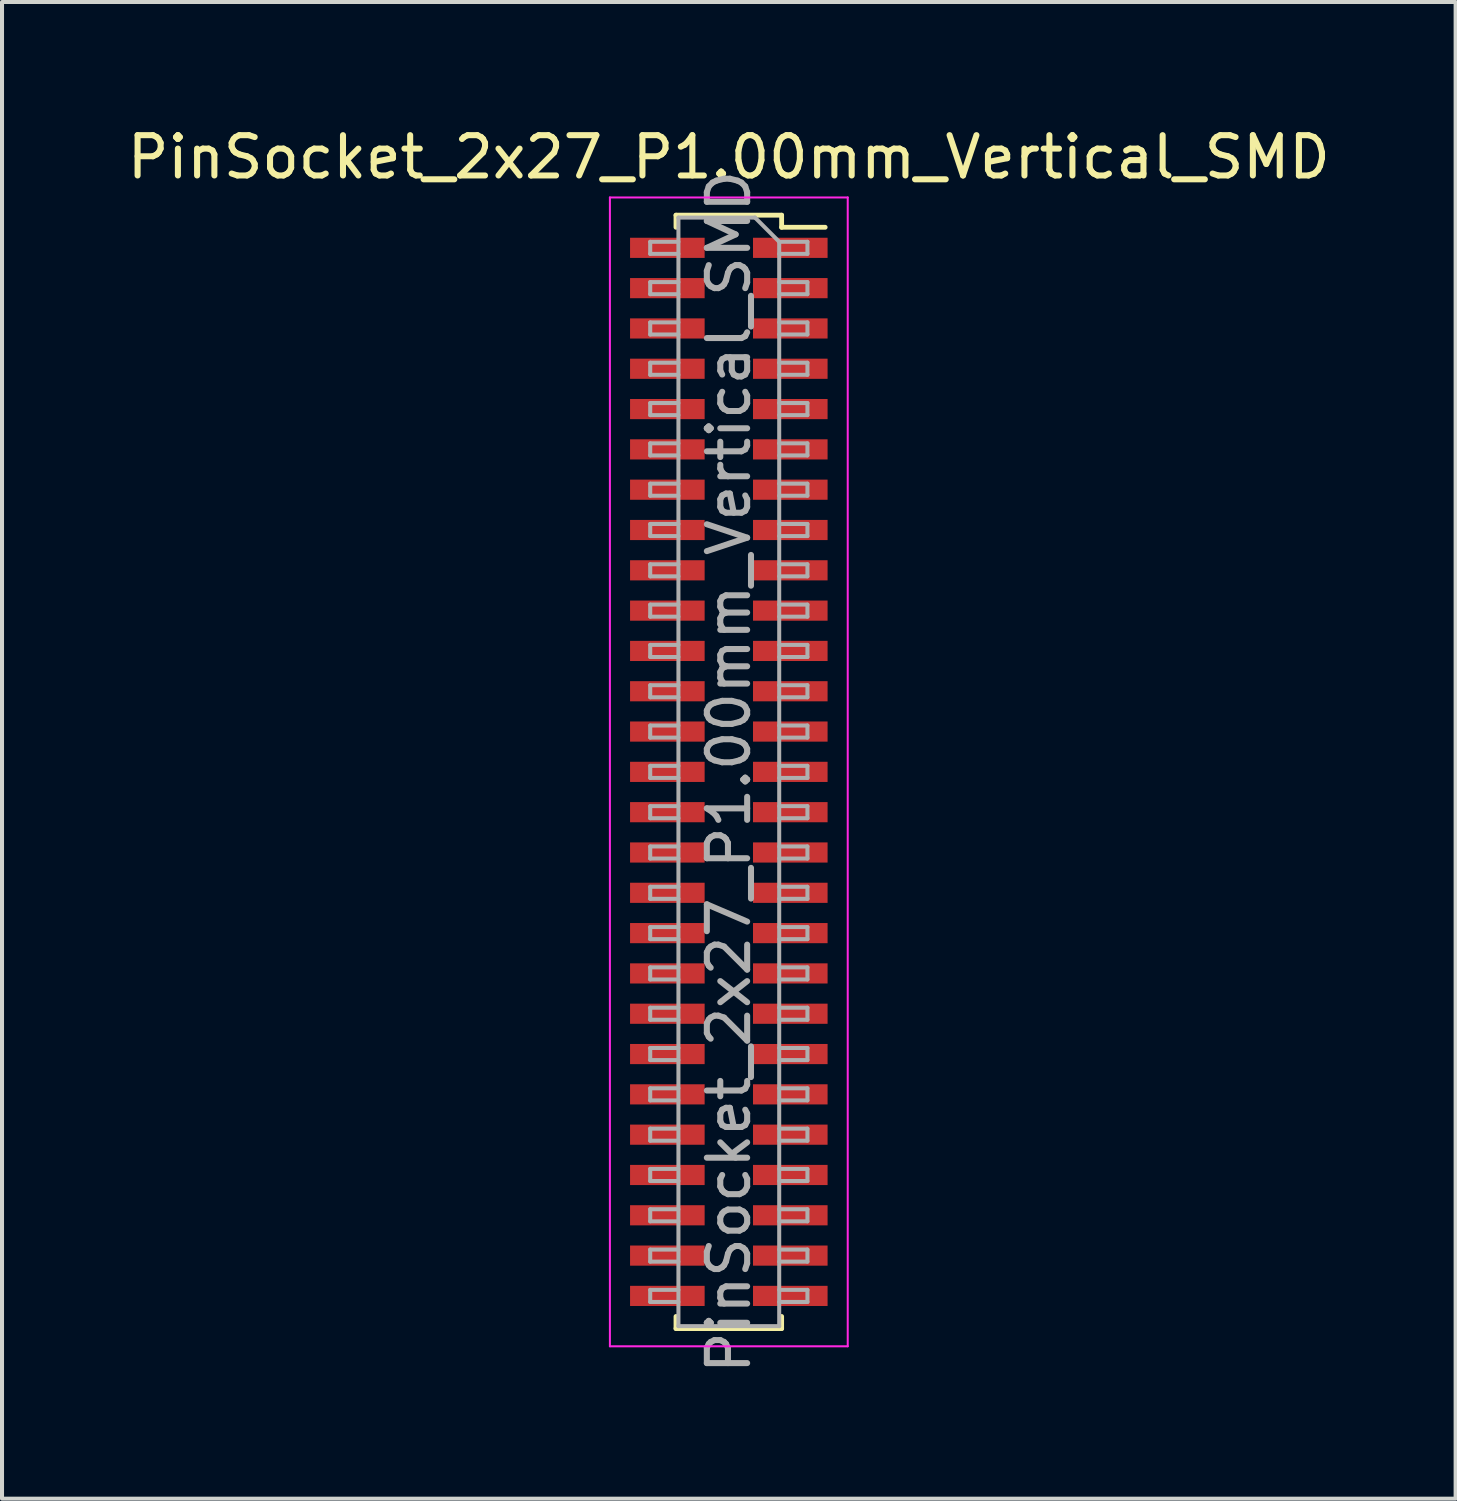
<source format=kicad_pcb>
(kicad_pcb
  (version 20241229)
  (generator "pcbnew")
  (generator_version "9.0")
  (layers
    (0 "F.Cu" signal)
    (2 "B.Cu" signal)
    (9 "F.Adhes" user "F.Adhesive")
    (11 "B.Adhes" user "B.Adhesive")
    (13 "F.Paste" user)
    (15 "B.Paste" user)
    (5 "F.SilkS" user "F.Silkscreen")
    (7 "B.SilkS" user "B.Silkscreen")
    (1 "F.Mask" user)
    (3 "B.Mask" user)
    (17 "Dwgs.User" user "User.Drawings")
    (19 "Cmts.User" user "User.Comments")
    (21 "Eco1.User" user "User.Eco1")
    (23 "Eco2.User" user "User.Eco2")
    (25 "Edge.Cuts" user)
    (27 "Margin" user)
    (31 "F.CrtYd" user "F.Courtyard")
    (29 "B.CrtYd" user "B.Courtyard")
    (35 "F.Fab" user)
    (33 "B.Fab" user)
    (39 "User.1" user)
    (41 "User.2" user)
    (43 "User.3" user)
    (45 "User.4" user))
  (footprint "PinSocket_2x27_P1.00mm_Vertical_SMD"
    (layer "F.Cu")
    (at 15.03 16.098)
    (property "Reference" "PinSocket_2x27_P1.00mm_Vertical_SMD" (at 0 -15.25 0) (layer "F.SilkS") (effects (font (size 1 1) (thickness 0.15))))
    (attr smd)
    (fp_line (start -1.31 -13.81) (end -1.31 -13.51) (stroke (width 0.12) (type solid)) (layer "F.SilkS"))
    (fp_line (start -1.31 -13.81) (end 1.31 -13.81) (stroke (width 0.12) (type solid)) (layer "F.SilkS"))
    (fp_line (start -1.31 13.51) (end -1.31 13.81) (stroke (width 0.12) (type solid)) (layer "F.SilkS"))
    (fp_line (start -1.31 13.81) (end 1.31 13.81) (stroke (width 0.12) (type solid)) (layer "F.SilkS"))
    (fp_line (start 1.31 -13.81) (end 1.31 -13.51) (stroke (width 0.12) (type solid)) (layer "F.SilkS"))
    (fp_line (start 1.31 -13.51) (end 2.39 -13.51) (stroke (width 0.12) (type solid)) (layer "F.SilkS"))
    (fp_line (start 1.31 13.51) (end 1.31 13.81) (stroke (width 0.12) (type solid)) (layer "F.SilkS"))
    (fp_line (start -2.95 -14.25) (end 2.95 -14.25) (stroke (width 0.05) (type solid)) (layer "F.CrtYd"))
    (fp_line (start -2.95 14.25) (end -2.95 -14.25) (stroke (width 0.05) (type solid)) (layer "F.CrtYd"))
    (fp_line (start 2.95 -14.25) (end 2.95 14.25) (stroke (width 0.05) (type solid)) (layer "F.CrtYd"))
    (fp_line (start 2.95 14.25) (end -2.95 14.25) (stroke (width 0.05) (type solid)) (layer "F.CrtYd"))
    (fp_line (start -1.95 -13.15) (end -1.25 -13.15) (stroke (width 0.1) (type solid)) (layer "F.Fab"))
    (fp_line (start -1.95 -12.85) (end -1.95 -13.15) (stroke (width 0.1) (type solid)) (layer "F.Fab"))
    (fp_line (start -1.95 -12.15) (end -1.25 -12.15) (stroke (width 0.1) (type solid)) (layer "F.Fab"))
    (fp_line (start -1.95 -11.85) (end -1.95 -12.15) (stroke (width 0.1) (type solid)) (layer "F.Fab"))
    (fp_line (start -1.95 -11.15) (end -1.25 -11.15) (stroke (width 0.1) (type solid)) (layer "F.Fab"))
    (fp_line (start -1.95 -10.85) (end -1.95 -11.15) (stroke (width 0.1) (type solid)) (layer "F.Fab"))
    (fp_line (start -1.95 -10.15) (end -1.25 -10.15) (stroke (width 0.1) (type solid)) (layer "F.Fab"))
    (fp_line (start -1.95 -9.85) (end -1.95 -10.15) (stroke (width 0.1) (type solid)) (layer "F.Fab"))
    (fp_line (start -1.95 -9.15) (end -1.25 -9.15) (stroke (width 0.1) (type solid)) (layer "F.Fab"))
    (fp_line (start -1.95 -8.85) (end -1.95 -9.15) (stroke (width 0.1) (type solid)) (layer "F.Fab"))
    (fp_line (start -1.95 -8.15) (end -1.25 -8.15) (stroke (width 0.1) (type solid)) (layer "F.Fab"))
    (fp_line (start -1.95 -7.85) (end -1.95 -8.15) (stroke (width 0.1) (type solid)) (layer "F.Fab"))
    (fp_line (start -1.95 -7.15) (end -1.25 -7.15) (stroke (width 0.1) (type solid)) (layer "F.Fab"))
    (fp_line (start -1.95 -6.85) (end -1.95 -7.15) (stroke (width 0.1) (type solid)) (layer "F.Fab"))
    (fp_line (start -1.95 -6.15) (end -1.25 -6.15) (stroke (width 0.1) (type solid)) (layer "F.Fab"))
    (fp_line (start -1.95 -5.85) (end -1.95 -6.15) (stroke (width 0.1) (type solid)) (layer "F.Fab"))
    (fp_line (start -1.95 -5.15) (end -1.25 -5.15) (stroke (width 0.1) (type solid)) (layer "F.Fab"))
    (fp_line (start -1.95 -4.85) (end -1.95 -5.15) (stroke (width 0.1) (type solid)) (layer "F.Fab"))
    (fp_line (start -1.95 -4.15) (end -1.25 -4.15) (stroke (width 0.1) (type solid)) (layer "F.Fab"))
    (fp_line (start -1.95 -3.85) (end -1.95 -4.15) (stroke (width 0.1) (type solid)) (layer "F.Fab"))
    (fp_line (start -1.95 -3.15) (end -1.25 -3.15) (stroke (width 0.1) (type solid)) (layer "F.Fab"))
    (fp_line (start -1.95 -2.85) (end -1.95 -3.15) (stroke (width 0.1) (type solid)) (layer "F.Fab"))
    (fp_line (start -1.95 -2.15) (end -1.25 -2.15) (stroke (width 0.1) (type solid)) (layer "F.Fab"))
    (fp_line (start -1.95 -1.85) (end -1.95 -2.15) (stroke (width 0.1) (type solid)) (layer "F.Fab"))
    (fp_line (start -1.95 -1.15) (end -1.25 -1.15) (stroke (width 0.1) (type solid)) (layer "F.Fab"))
    (fp_line (start -1.95 -0.85) (end -1.95 -1.15) (stroke (width 0.1) (type solid)) (layer "F.Fab"))
    (fp_line (start -1.95 -0.15) (end -1.25 -0.15) (stroke (width 0.1) (type solid)) (layer "F.Fab"))
    (fp_line (start -1.95 0.15) (end -1.95 -0.15) (stroke (width 0.1) (type solid)) (layer "F.Fab"))
    (fp_line (start -1.95 0.85) (end -1.25 0.85) (stroke (width 0.1) (type solid)) (layer "F.Fab"))
    (fp_line (start -1.95 1.15) (end -1.95 0.85) (stroke (width 0.1) (type solid)) (layer "F.Fab"))
    (fp_line (start -1.95 1.85) (end -1.25 1.85) (stroke (width 0.1) (type solid)) (layer "F.Fab"))
    (fp_line (start -1.95 2.15) (end -1.95 1.85) (stroke (width 0.1) (type solid)) (layer "F.Fab"))
    (fp_line (start -1.95 2.85) (end -1.25 2.85) (stroke (width 0.1) (type solid)) (layer "F.Fab"))
    (fp_line (start -1.95 3.15) (end -1.95 2.85) (stroke (width 0.1) (type solid)) (layer "F.Fab"))
    (fp_line (start -1.95 3.85) (end -1.25 3.85) (stroke (width 0.1) (type solid)) (layer "F.Fab"))
    (fp_line (start -1.95 4.15) (end -1.95 3.85) (stroke (width 0.1) (type solid)) (layer "F.Fab"))
    (fp_line (start -1.95 4.85) (end -1.25 4.85) (stroke (width 0.1) (type solid)) (layer "F.Fab"))
    (fp_line (start -1.95 5.15) (end -1.95 4.85) (stroke (width 0.1) (type solid)) (layer "F.Fab"))
    (fp_line (start -1.95 5.85) (end -1.25 5.85) (stroke (width 0.1) (type solid)) (layer "F.Fab"))
    (fp_line (start -1.95 6.15) (end -1.95 5.85) (stroke (width 0.1) (type solid)) (layer "F.Fab"))
    (fp_line (start -1.95 6.85) (end -1.25 6.85) (stroke (width 0.1) (type solid)) (layer "F.Fab"))
    (fp_line (start -1.95 7.15) (end -1.95 6.85) (stroke (width 0.1) (type solid)) (layer "F.Fab"))
    (fp_line (start -1.95 7.85) (end -1.25 7.85) (stroke (width 0.1) (type solid)) (layer "F.Fab"))
    (fp_line (start -1.95 8.15) (end -1.95 7.85) (stroke (width 0.1) (type solid)) (layer "F.Fab"))
    (fp_line (start -1.95 8.85) (end -1.25 8.85) (stroke (width 0.1) (type solid)) (layer "F.Fab"))
    (fp_line (start -1.95 9.15) (end -1.95 8.85) (stroke (width 0.1) (type solid)) (layer "F.Fab"))
    (fp_line (start -1.95 9.85) (end -1.25 9.85) (stroke (width 0.1) (type solid)) (layer "F.Fab"))
    (fp_line (start -1.95 10.15) (end -1.95 9.85) (stroke (width 0.1) (type solid)) (layer "F.Fab"))
    (fp_line (start -1.95 10.85) (end -1.25 10.85) (stroke (width 0.1) (type solid)) (layer "F.Fab"))
    (fp_line (start -1.95 11.15) (end -1.95 10.85) (stroke (width 0.1) (type solid)) (layer "F.Fab"))
    (fp_line (start -1.95 11.85) (end -1.25 11.85) (stroke (width 0.1) (type solid)) (layer "F.Fab"))
    (fp_line (start -1.95 12.15) (end -1.95 11.85) (stroke (width 0.1) (type solid)) (layer "F.Fab"))
    (fp_line (start -1.95 12.85) (end -1.25 12.85) (stroke (width 0.1) (type solid)) (layer "F.Fab"))
    (fp_line (start -1.95 13.15) (end -1.95 12.85) (stroke (width 0.1) (type solid)) (layer "F.Fab"))
    (fp_line (start -1.25 -13.75) (end 0.65 -13.75) (stroke (width 0.1) (type solid)) (layer "F.Fab"))
    (fp_line (start -1.25 -12.85) (end -1.95 -12.85) (stroke (width 0.1) (type solid)) (layer "F.Fab"))
    (fp_line (start -1.25 -11.85) (end -1.95 -11.85) (stroke (width 0.1) (type solid)) (layer "F.Fab"))
    (fp_line (start -1.25 -10.85) (end -1.95 -10.85) (stroke (width 0.1) (type solid)) (layer "F.Fab"))
    (fp_line (start -1.25 -9.85) (end -1.95 -9.85) (stroke (width 0.1) (type solid)) (layer "F.Fab"))
    (fp_line (start -1.25 -8.85) (end -1.95 -8.85) (stroke (width 0.1) (type solid)) (layer "F.Fab"))
    (fp_line (start -1.25 -7.85) (end -1.95 -7.85) (stroke (width 0.1) (type solid)) (layer "F.Fab"))
    (fp_line (start -1.25 -6.85) (end -1.95 -6.85) (stroke (width 0.1) (type solid)) (layer "F.Fab"))
    (fp_line (start -1.25 -5.85) (end -1.95 -5.85) (stroke (width 0.1) (type solid)) (layer "F.Fab"))
    (fp_line (start -1.25 -4.85) (end -1.95 -4.85) (stroke (width 0.1) (type solid)) (layer "F.Fab"))
    (fp_line (start -1.25 -3.85) (end -1.95 -3.85) (stroke (width 0.1) (type solid)) (layer "F.Fab"))
    (fp_line (start -1.25 -2.85) (end -1.95 -2.85) (stroke (width 0.1) (type solid)) (layer "F.Fab"))
    (fp_line (start -1.25 -1.85) (end -1.95 -1.85) (stroke (width 0.1) (type solid)) (layer "F.Fab"))
    (fp_line (start -1.25 -0.85) (end -1.95 -0.85) (stroke (width 0.1) (type solid)) (layer "F.Fab"))
    (fp_line (start -1.25 0.15) (end -1.95 0.15) (stroke (width 0.1) (type solid)) (layer "F.Fab"))
    (fp_line (start -1.25 1.15) (end -1.95 1.15) (stroke (width 0.1) (type solid)) (layer "F.Fab"))
    (fp_line (start -1.25 2.15) (end -1.95 2.15) (stroke (width 0.1) (type solid)) (layer "F.Fab"))
    (fp_line (start -1.25 3.15) (end -1.95 3.15) (stroke (width 0.1) (type solid)) (layer "F.Fab"))
    (fp_line (start -1.25 4.15) (end -1.95 4.15) (stroke (width 0.1) (type solid)) (layer "F.Fab"))
    (fp_line (start -1.25 5.15) (end -1.95 5.15) (stroke (width 0.1) (type solid)) (layer "F.Fab"))
    (fp_line (start -1.25 6.15) (end -1.95 6.15) (stroke (width 0.1) (type solid)) (layer "F.Fab"))
    (fp_line (start -1.25 7.15) (end -1.95 7.15) (stroke (width 0.1) (type solid)) (layer "F.Fab"))
    (fp_line (start -1.25 8.15) (end -1.95 8.15) (stroke (width 0.1) (type solid)) (layer "F.Fab"))
    (fp_line (start -1.25 9.15) (end -1.95 9.15) (stroke (width 0.1) (type solid)) (layer "F.Fab"))
    (fp_line (start -1.25 10.15) (end -1.95 10.15) (stroke (width 0.1) (type solid)) (layer "F.Fab"))
    (fp_line (start -1.25 11.15) (end -1.95 11.15) (stroke (width 0.1) (type solid)) (layer "F.Fab"))
    (fp_line (start -1.25 12.15) (end -1.95 12.15) (stroke (width 0.1) (type solid)) (layer "F.Fab"))
    (fp_line (start -1.25 13.15) (end -1.95 13.15) (stroke (width 0.1) (type solid)) (layer "F.Fab"))
    (fp_line (start -1.25 13.75) (end -1.25 -13.75) (stroke (width 0.1) (type solid)) (layer "F.Fab"))
    (fp_line (start 0.65 -13.75) (end 1.25 -13.15) (stroke (width 0.1) (type solid)) (layer "F.Fab"))
    (fp_line (start 1.25 -13.15) (end 1.25 13.75) (stroke (width 0.1) (type solid)) (layer "F.Fab"))
    (fp_line (start 1.25 -13.15) (end 1.95 -13.15) (stroke (width 0.1) (type solid)) (layer "F.Fab"))
    (fp_line (start 1.25 -12.15) (end 1.95 -12.15) (stroke (width 0.1) (type solid)) (layer "F.Fab"))
    (fp_line (start 1.25 -11.15) (end 1.95 -11.15) (stroke (width 0.1) (type solid)) (layer "F.Fab"))
    (fp_line (start 1.25 -10.15) (end 1.95 -10.15) (stroke (width 0.1) (type solid)) (layer "F.Fab"))
    (fp_line (start 1.25 -9.15) (end 1.95 -9.15) (stroke (width 0.1) (type solid)) (layer "F.Fab"))
    (fp_line (start 1.25 -8.15) (end 1.95 -8.15) (stroke (width 0.1) (type solid)) (layer "F.Fab"))
    (fp_line (start 1.25 -7.15) (end 1.95 -7.15) (stroke (width 0.1) (type solid)) (layer "F.Fab"))
    (fp_line (start 1.25 -6.15) (end 1.95 -6.15) (stroke (width 0.1) (type solid)) (layer "F.Fab"))
    (fp_line (start 1.25 -5.15) (end 1.95 -5.15) (stroke (width 0.1) (type solid)) (layer "F.Fab"))
    (fp_line (start 1.25 -4.15) (end 1.95 -4.15) (stroke (width 0.1) (type solid)) (layer "F.Fab"))
    (fp_line (start 1.25 -3.15) (end 1.95 -3.15) (stroke (width 0.1) (type solid)) (layer "F.Fab"))
    (fp_line (start 1.25 -2.15) (end 1.95 -2.15) (stroke (width 0.1) (type solid)) (layer "F.Fab"))
    (fp_line (start 1.25 -1.15) (end 1.95 -1.15) (stroke (width 0.1) (type solid)) (layer "F.Fab"))
    (fp_line (start 1.25 -0.15) (end 1.95 -0.15) (stroke (width 0.1) (type solid)) (layer "F.Fab"))
    (fp_line (start 1.25 0.85) (end 1.95 0.85) (stroke (width 0.1) (type solid)) (layer "F.Fab"))
    (fp_line (start 1.25 1.85) (end 1.95 1.85) (stroke (width 0.1) (type solid)) (layer "F.Fab"))
    (fp_line (start 1.25 2.85) (end 1.95 2.85) (stroke (width 0.1) (type solid)) (layer "F.Fab"))
    (fp_line (start 1.25 3.85) (end 1.95 3.85) (stroke (width 0.1) (type solid)) (layer "F.Fab"))
    (fp_line (start 1.25 4.85) (end 1.95 4.85) (stroke (width 0.1) (type solid)) (layer "F.Fab"))
    (fp_line (start 1.25 5.85) (end 1.95 5.85) (stroke (width 0.1) (type solid)) (layer "F.Fab"))
    (fp_line (start 1.25 6.85) (end 1.95 6.85) (stroke (width 0.1) (type solid)) (layer "F.Fab"))
    (fp_line (start 1.25 7.85) (end 1.95 7.85) (stroke (width 0.1) (type solid)) (layer "F.Fab"))
    (fp_line (start 1.25 8.85) (end 1.95 8.85) (stroke (width 0.1) (type solid)) (layer "F.Fab"))
    (fp_line (start 1.25 9.85) (end 1.95 9.85) (stroke (width 0.1) (type solid)) (layer "F.Fab"))
    (fp_line (start 1.25 10.85) (end 1.95 10.85) (stroke (width 0.1) (type solid)) (layer "F.Fab"))
    (fp_line (start 1.25 11.85) (end 1.95 11.85) (stroke (width 0.1) (type solid)) (layer "F.Fab"))
    (fp_line (start 1.25 12.85) (end 1.95 12.85) (stroke (width 0.1) (type solid)) (layer "F.Fab"))
    (fp_line (start 1.25 13.75) (end -1.25 13.75) (stroke (width 0.1) (type solid)) (layer "F.Fab"))
    (fp_line (start 1.95 -13.15) (end 1.95 -12.85) (stroke (width 0.1) (type solid)) (layer "F.Fab"))
    (fp_line (start 1.95 -12.85) (end 1.25 -12.85) (stroke (width 0.1) (type solid)) (layer "F.Fab"))
    (fp_line (start 1.95 -12.15) (end 1.95 -11.85) (stroke (width 0.1) (type solid)) (layer "F.Fab"))
    (fp_line (start 1.95 -11.85) (end 1.25 -11.85) (stroke (width 0.1) (type solid)) (layer "F.Fab"))
    (fp_line (start 1.95 -11.15) (end 1.95 -10.85) (stroke (width 0.1) (type solid)) (layer "F.Fab"))
    (fp_line (start 1.95 -10.85) (end 1.25 -10.85) (stroke (width 0.1) (type solid)) (layer "F.Fab"))
    (fp_line (start 1.95 -10.15) (end 1.95 -9.85) (stroke (width 0.1) (type solid)) (layer "F.Fab"))
    (fp_line (start 1.95 -9.85) (end 1.25 -9.85) (stroke (width 0.1) (type solid)) (layer "F.Fab"))
    (fp_line (start 1.95 -9.15) (end 1.95 -8.85) (stroke (width 0.1) (type solid)) (layer "F.Fab"))
    (fp_line (start 1.95 -8.85) (end 1.25 -8.85) (stroke (width 0.1) (type solid)) (layer "F.Fab"))
    (fp_line (start 1.95 -8.15) (end 1.95 -7.85) (stroke (width 0.1) (type solid)) (layer "F.Fab"))
    (fp_line (start 1.95 -7.85) (end 1.25 -7.85) (stroke (width 0.1) (type solid)) (layer "F.Fab"))
    (fp_line (start 1.95 -7.15) (end 1.95 -6.85) (stroke (width 0.1) (type solid)) (layer "F.Fab"))
    (fp_line (start 1.95 -6.85) (end 1.25 -6.85) (stroke (width 0.1) (type solid)) (layer "F.Fab"))
    (fp_line (start 1.95 -6.15) (end 1.95 -5.85) (stroke (width 0.1) (type solid)) (layer "F.Fab"))
    (fp_line (start 1.95 -5.85) (end 1.25 -5.85) (stroke (width 0.1) (type solid)) (layer "F.Fab"))
    (fp_line (start 1.95 -5.15) (end 1.95 -4.85) (stroke (width 0.1) (type solid)) (layer "F.Fab"))
    (fp_line (start 1.95 -4.85) (end 1.25 -4.85) (stroke (width 0.1) (type solid)) (layer "F.Fab"))
    (fp_line (start 1.95 -4.15) (end 1.95 -3.85) (stroke (width 0.1) (type solid)) (layer "F.Fab"))
    (fp_line (start 1.95 -3.85) (end 1.25 -3.85) (stroke (width 0.1) (type solid)) (layer "F.Fab"))
    (fp_line (start 1.95 -3.15) (end 1.95 -2.85) (stroke (width 0.1) (type solid)) (layer "F.Fab"))
    (fp_line (start 1.95 -2.85) (end 1.25 -2.85) (stroke (width 0.1) (type solid)) (layer "F.Fab"))
    (fp_line (start 1.95 -2.15) (end 1.95 -1.85) (stroke (width 0.1) (type solid)) (layer "F.Fab"))
    (fp_line (start 1.95 -1.85) (end 1.25 -1.85) (stroke (width 0.1) (type solid)) (layer "F.Fab"))
    (fp_line (start 1.95 -1.15) (end 1.95 -0.85) (stroke (width 0.1) (type solid)) (layer "F.Fab"))
    (fp_line (start 1.95 -0.85) (end 1.25 -0.85) (stroke (width 0.1) (type solid)) (layer "F.Fab"))
    (fp_line (start 1.95 -0.15) (end 1.95 0.15) (stroke (width 0.1) (type solid)) (layer "F.Fab"))
    (fp_line (start 1.95 0.15) (end 1.25 0.15) (stroke (width 0.1) (type solid)) (layer "F.Fab"))
    (fp_line (start 1.95 0.85) (end 1.95 1.15) (stroke (width 0.1) (type solid)) (layer "F.Fab"))
    (fp_line (start 1.95 1.15) (end 1.25 1.15) (stroke (width 0.1) (type solid)) (layer "F.Fab"))
    (fp_line (start 1.95 1.85) (end 1.95 2.15) (stroke (width 0.1) (type solid)) (layer "F.Fab"))
    (fp_line (start 1.95 2.15) (end 1.25 2.15) (stroke (width 0.1) (type solid)) (layer "F.Fab"))
    (fp_line (start 1.95 2.85) (end 1.95 3.15) (stroke (width 0.1) (type solid)) (layer "F.Fab"))
    (fp_line (start 1.95 3.15) (end 1.25 3.15) (stroke (width 0.1) (type solid)) (layer "F.Fab"))
    (fp_line (start 1.95 3.85) (end 1.95 4.15) (stroke (width 0.1) (type solid)) (layer "F.Fab"))
    (fp_line (start 1.95 4.15) (end 1.25 4.15) (stroke (width 0.1) (type solid)) (layer "F.Fab"))
    (fp_line (start 1.95 4.85) (end 1.95 5.15) (stroke (width 0.1) (type solid)) (layer "F.Fab"))
    (fp_line (start 1.95 5.15) (end 1.25 5.15) (stroke (width 0.1) (type solid)) (layer "F.Fab"))
    (fp_line (start 1.95 5.85) (end 1.95 6.15) (stroke (width 0.1) (type solid)) (layer "F.Fab"))
    (fp_line (start 1.95 6.15) (end 1.25 6.15) (stroke (width 0.1) (type solid)) (layer "F.Fab"))
    (fp_line (start 1.95 6.85) (end 1.95 7.15) (stroke (width 0.1) (type solid)) (layer "F.Fab"))
    (fp_line (start 1.95 7.15) (end 1.25 7.15) (stroke (width 0.1) (type solid)) (layer "F.Fab"))
    (fp_line (start 1.95 7.85) (end 1.95 8.15) (stroke (width 0.1) (type solid)) (layer "F.Fab"))
    (fp_line (start 1.95 8.15) (end 1.25 8.15) (stroke (width 0.1) (type solid)) (layer "F.Fab"))
    (fp_line (start 1.95 8.85) (end 1.95 9.15) (stroke (width 0.1) (type solid)) (layer "F.Fab"))
    (fp_line (start 1.95 9.15) (end 1.25 9.15) (stroke (width 0.1) (type solid)) (layer "F.Fab"))
    (fp_line (start 1.95 9.85) (end 1.95 10.15) (stroke (width 0.1) (type solid)) (layer "F.Fab"))
    (fp_line (start 1.95 10.15) (end 1.25 10.15) (stroke (width 0.1) (type solid)) (layer "F.Fab"))
    (fp_line (start 1.95 10.85) (end 1.95 11.15) (stroke (width 0.1) (type solid)) (layer "F.Fab"))
    (fp_line (start 1.95 11.15) (end 1.25 11.15) (stroke (width 0.1) (type solid)) (layer "F.Fab"))
    (fp_line (start 1.95 11.85) (end 1.95 12.15) (stroke (width 0.1) (type solid)) (layer "F.Fab"))
    (fp_line (start 1.95 12.15) (end 1.25 12.15) (stroke (width 0.1) (type solid)) (layer "F.Fab"))
    (fp_line (start 1.95 12.85) (end 1.95 13.15) (stroke (width 0.1) (type solid)) (layer "F.Fab"))
    (fp_line (start 1.95 13.15) (end 1.25 13.15) (stroke (width 0.1) (type solid)) (layer "F.Fab"))
    (fp_text user "${REFERENCE}" (at 0 0 90) (layer "F.Fab") (effects (font (size 1 1) (thickness 0.15))))
    (pad "1" smd rect (at 1.525 -13) (size 1.85 0.5) (layers "F.Cu" "F.Mask" "F.Paste"))
    (pad "2" smd rect (at -1.525 -13) (size 1.85 0.5) (layers "F.Cu" "F.Mask" "F.Paste"))
    (pad "3" smd rect (at 1.525 -12) (size 1.85 0.5) (layers "F.Cu" "F.Mask" "F.Paste"))
    (pad "4" smd rect (at -1.525 -12) (size 1.85 0.5) (layers "F.Cu" "F.Mask" "F.Paste"))
    (pad "5" smd rect (at 1.525 -11) (size 1.85 0.5) (layers "F.Cu" "F.Mask" "F.Paste"))
    (pad "6" smd rect (at -1.525 -11) (size 1.85 0.5) (layers "F.Cu" "F.Mask" "F.Paste"))
    (pad "7" smd rect (at 1.525 -10) (size 1.85 0.5) (layers "F.Cu" "F.Mask" "F.Paste"))
    (pad "8" smd rect (at -1.525 -10) (size 1.85 0.5) (layers "F.Cu" "F.Mask" "F.Paste"))
    (pad "9" smd rect (at 1.525 -9) (size 1.85 0.5) (layers "F.Cu" "F.Mask" "F.Paste"))
    (pad "10" smd rect (at -1.525 -9) (size 1.85 0.5) (layers "F.Cu" "F.Mask" "F.Paste"))
    (pad "11" smd rect (at 1.525 -8) (size 1.85 0.5) (layers "F.Cu" "F.Mask" "F.Paste"))
    (pad "12" smd rect (at -1.525 -8) (size 1.85 0.5) (layers "F.Cu" "F.Mask" "F.Paste"))
    (pad "13" smd rect (at 1.525 -7) (size 1.85 0.5) (layers "F.Cu" "F.Mask" "F.Paste"))
    (pad "14" smd rect (at -1.525 -7) (size 1.85 0.5) (layers "F.Cu" "F.Mask" "F.Paste"))
    (pad "15" smd rect (at 1.525 -6) (size 1.85 0.5) (layers "F.Cu" "F.Mask" "F.Paste"))
    (pad "16" smd rect (at -1.525 -6) (size 1.85 0.5) (layers "F.Cu" "F.Mask" "F.Paste"))
    (pad "17" smd rect (at 1.525 -5) (size 1.85 0.5) (layers "F.Cu" "F.Mask" "F.Paste"))
    (pad "18" smd rect (at -1.525 -5) (size 1.85 0.5) (layers "F.Cu" "F.Mask" "F.Paste"))
    (pad "19" smd rect (at 1.525 -4) (size 1.85 0.5) (layers "F.Cu" "F.Mask" "F.Paste"))
    (pad "20" smd rect (at -1.525 -4) (size 1.85 0.5) (layers "F.Cu" "F.Mask" "F.Paste"))
    (pad "21" smd rect (at 1.525 -3) (size 1.85 0.5) (layers "F.Cu" "F.Mask" "F.Paste"))
    (pad "22" smd rect (at -1.525 -3) (size 1.85 0.5) (layers "F.Cu" "F.Mask" "F.Paste"))
    (pad "23" smd rect (at 1.525 -2) (size 1.85 0.5) (layers "F.Cu" "F.Mask" "F.Paste"))
    (pad "24" smd rect (at -1.525 -2) (size 1.85 0.5) (layers "F.Cu" "F.Mask" "F.Paste"))
    (pad "25" smd rect (at 1.525 -1) (size 1.85 0.5) (layers "F.Cu" "F.Mask" "F.Paste"))
    (pad "26" smd rect (at -1.525 -1) (size 1.85 0.5) (layers "F.Cu" "F.Mask" "F.Paste"))
    (pad "27" smd rect (at 1.525 0) (size 1.85 0.5) (layers "F.Cu" "F.Mask" "F.Paste"))
    (pad "28" smd rect (at -1.525 0) (size 1.85 0.5) (layers "F.Cu" "F.Mask" "F.Paste"))
    (pad "29" smd rect (at 1.525 1) (size 1.85 0.5) (layers "F.Cu" "F.Mask" "F.Paste"))
    (pad "30" smd rect (at -1.525 1) (size 1.85 0.5) (layers "F.Cu" "F.Mask" "F.Paste"))
    (pad "31" smd rect (at 1.525 2) (size 1.85 0.5) (layers "F.Cu" "F.Mask" "F.Paste"))
    (pad "32" smd rect (at -1.525 2) (size 1.85 0.5) (layers "F.Cu" "F.Mask" "F.Paste"))
    (pad "33" smd rect (at 1.525 3) (size 1.85 0.5) (layers "F.Cu" "F.Mask" "F.Paste"))
    (pad "34" smd rect (at -1.525 3) (size 1.85 0.5) (layers "F.Cu" "F.Mask" "F.Paste"))
    (pad "35" smd rect (at 1.525 4) (size 1.85 0.5) (layers "F.Cu" "F.Mask" "F.Paste"))
    (pad "36" smd rect (at -1.525 4) (size 1.85 0.5) (layers "F.Cu" "F.Mask" "F.Paste"))
    (pad "37" smd rect (at 1.525 5) (size 1.85 0.5) (layers "F.Cu" "F.Mask" "F.Paste"))
    (pad "38" smd rect (at -1.525 5) (size 1.85 0.5) (layers "F.Cu" "F.Mask" "F.Paste"))
    (pad "39" smd rect (at 1.525 6) (size 1.85 0.5) (layers "F.Cu" "F.Mask" "F.Paste"))
    (pad "40" smd rect (at -1.525 6) (size 1.85 0.5) (layers "F.Cu" "F.Mask" "F.Paste"))
    (pad "41" smd rect (at 1.525 7) (size 1.85 0.5) (layers "F.Cu" "F.Mask" "F.Paste"))
    (pad "42" smd rect (at -1.525 7) (size 1.85 0.5) (layers "F.Cu" "F.Mask" "F.Paste"))
    (pad "43" smd rect (at 1.525 8) (size 1.85 0.5) (layers "F.Cu" "F.Mask" "F.Paste"))
    (pad "44" smd rect (at -1.525 8) (size 1.85 0.5) (layers "F.Cu" "F.Mask" "F.Paste"))
    (pad "45" smd rect (at 1.525 9) (size 1.85 0.5) (layers "F.Cu" "F.Mask" "F.Paste"))
    (pad "46" smd rect (at -1.525 9) (size 1.85 0.5) (layers "F.Cu" "F.Mask" "F.Paste"))
    (pad "47" smd rect (at 1.525 10) (size 1.85 0.5) (layers "F.Cu" "F.Mask" "F.Paste"))
    (pad "48" smd rect (at -1.525 10) (size 1.85 0.5) (layers "F.Cu" "F.Mask" "F.Paste"))
    (pad "49" smd rect (at 1.525 11) (size 1.85 0.5) (layers "F.Cu" "F.Mask" "F.Paste"))
    (pad "50" smd rect (at -1.525 11) (size 1.85 0.5) (layers "F.Cu" "F.Mask" "F.Paste"))
    (pad "51" smd rect (at 1.525 12) (size 1.85 0.5) (layers "F.Cu" "F.Mask" "F.Paste"))
    (pad "52" smd rect (at -1.525 12) (size 1.85 0.5) (layers "F.Cu" "F.Mask" "F.Paste"))
    (pad "53" smd rect (at 1.525 13) (size 1.85 0.5) (layers "F.Cu" "F.Mask" "F.Paste"))
    (pad "54" smd rect (at -1.525 13) (size 1.85 0.5) (layers "F.Cu" "F.Mask" "F.Paste")))
  (gr_rect
    (start -3 -3)
    (end 33.06 34.128)
    (stroke (width 0.1) (type default))
    (fill no)
    (layer "Edge.Cuts")))
</source>
